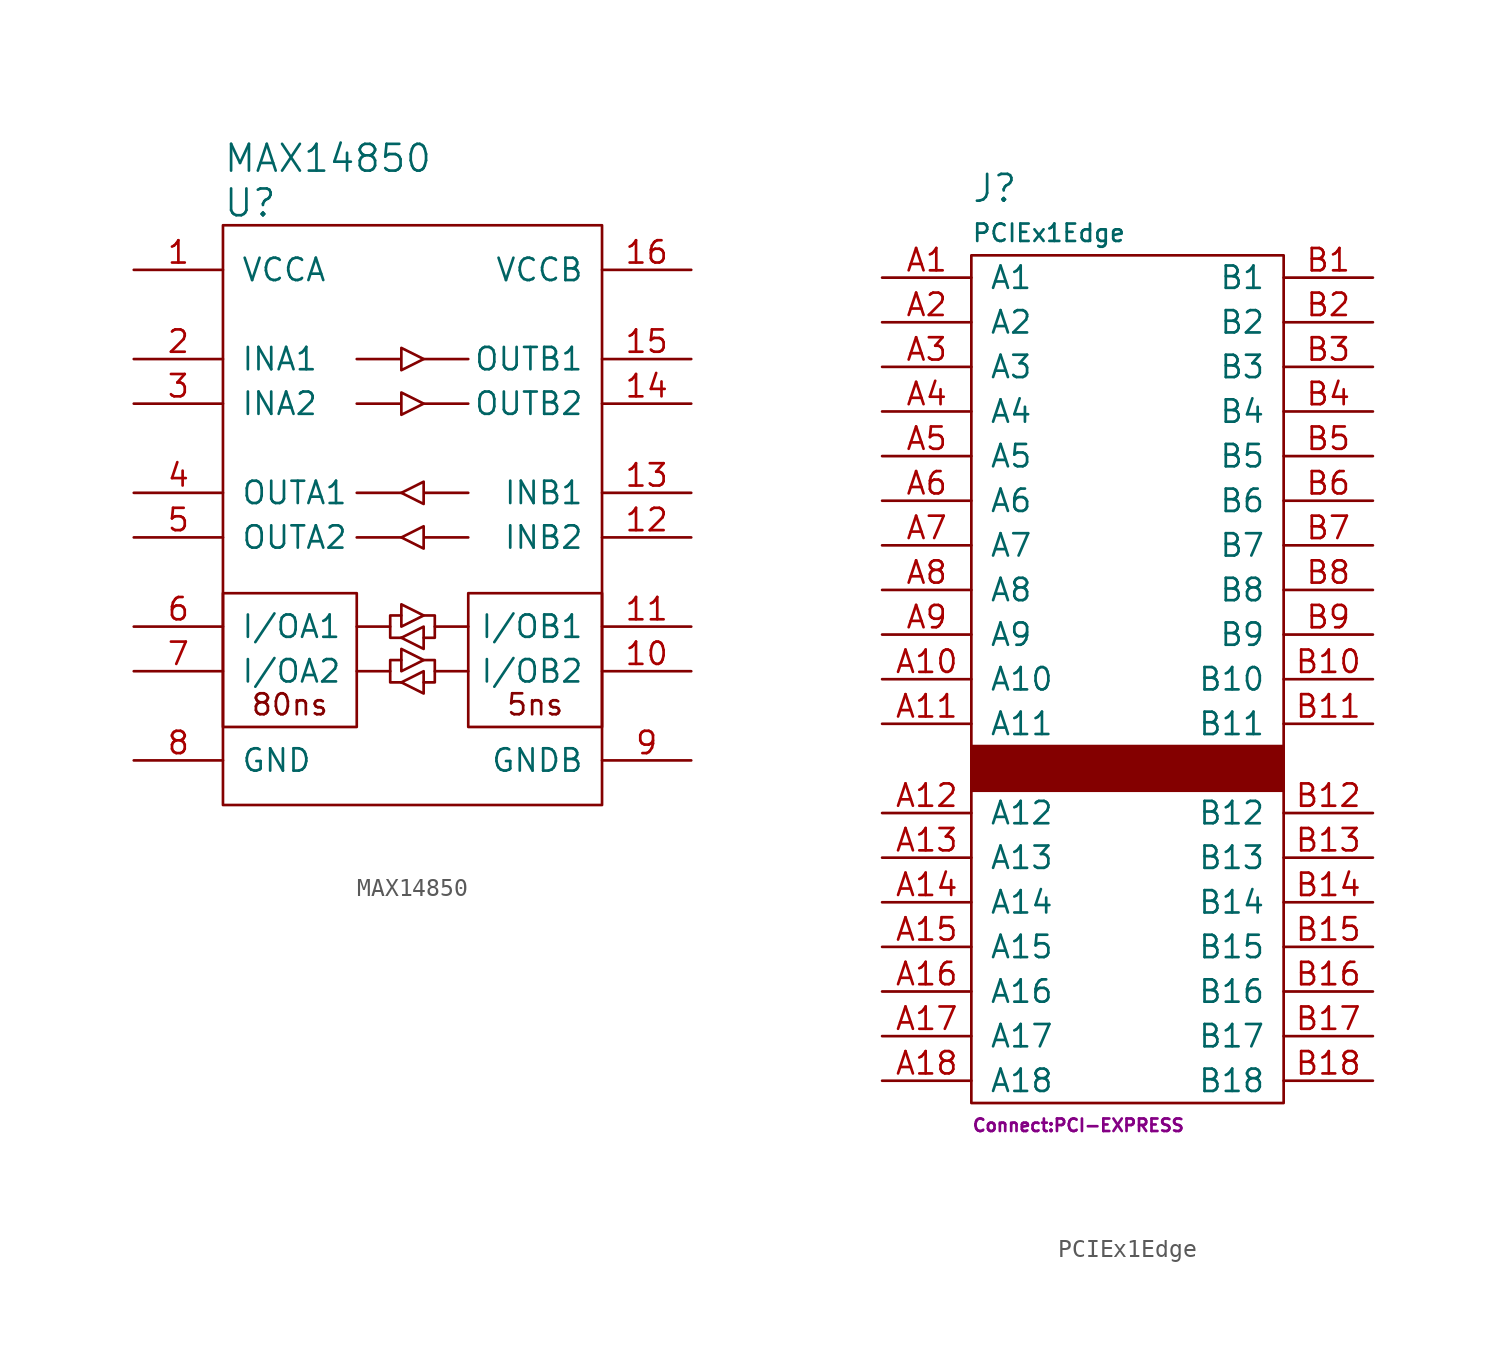
<source format=kicad_sym>
(kicad_symbol_lib
  (version 20211014)
  (generator kicad_symbol_editor)
  (symbol "MAX14850"
    (pin_names
      (offset 1.016))
    (property "Reference" "U"
      (at -10.795 17.78 0)
      (effects (font (size 1.524 1.524)) (justify left)))
    (property "Value" "MAX14850"
      (at -10.795 20.32 0)
      (effects (font (size 1.524 1.524)) (justify left)))
    (property "Footprint" ""
      (at -10.795 15.24 0)
      (effects (font (size 1.524 1.524))))
    (property "Datasheet" ""
      (at -10.795 15.24 0)
      (effects (font (size 1.524 1.524))))
    (symbol "MAX14850_0_0"
      (text "5ns" (at 6.985 -10.795 0) (effects (font (size 1.194 1.194))))
      (text "80ns" (at -6.985 -10.795 0) (effects (font (size 1.194 1.194)))))
    (symbol "MAX14850_0_1"
      (rectangle (start -10.795 16.51) (end 10.795 -16.51) (stroke (width 0) (type default) (color 0 0 0 0)) (fill (type none)))
      (rectangle (start -3.175 -4.445) (end -10.795 -12.065) (stroke (width 0) (type default) (color 0 0 0 0)) (fill (type none)))
      (polyline (pts (xy -1.27 -8.89) (xy -3.175 -8.89)) (stroke (width 0) (type default) (color 0 0 0 0)) (fill (type none)))
      (polyline (pts (xy -1.27 -6.35) (xy -3.175 -6.35)) (stroke (width 0) (type default) (color 0 0 0 0)) (fill (type none)))
      (polyline (pts (xy -0.635 -9.525) (xy -0.635 -9.525)) (stroke (width 0) (type default) (color 0 0 0 0)) (fill (type none)))
      (polyline (pts (xy -0.635 -6.985) (xy -0.635 -6.985)) (stroke (width 0) (type default) (color 0 0 0 0)) (fill (type none)))
      (polyline (pts (xy -0.635 -1.27) (xy -3.175 -1.27)) (stroke (width 0) (type default) (color 0 0 0 0)) (fill (type none)))
      (polyline (pts (xy -0.635 1.27) (xy -3.175 1.27)) (stroke (width 0) (type default) (color 0 0 0 0)) (fill (type none)))
      (polyline (pts (xy 0.635 6.35) (xy 3.175 6.35)) (stroke (width 0) (type default) (color 0 0 0 0)) (fill (type none)))
      (polyline (pts (xy 0.635 8.89) (xy 3.175 8.89)) (stroke (width 0) (type default) (color 0 0 0 0)) (fill (type none)))
      (polyline (pts (xy 1.27 -8.89) (xy 3.175 -8.89)) (stroke (width 0) (type default) (color 0 0 0 0)) (fill (type none)))
      (polyline (pts (xy 1.27 -6.35) (xy 3.175 -6.35)) (stroke (width 0) (type default) (color 0 0 0 0)) (fill (type none)))
      (polyline (pts (xy -0.635 -8.255) (xy -1.27 -8.255) (xy -1.27 -9.525) (xy -0.635 -9.525)) (stroke (width 0) (type default) (color 0 0 0 0)) (fill (type none)))
      (polyline (pts (xy -0.635 -5.715) (xy -1.27 -5.715) (xy -1.27 -6.985) (xy -0.635 -6.985)) (stroke (width 0) (type default) (color 0 0 0 0)) (fill (type none)))
      (polyline (pts (xy 0.635 -8.255) (xy 1.27 -8.255) (xy 1.27 -9.525) (xy 0.635 -9.525)) (stroke (width 0) (type default) (color 0 0 0 0)) (fill (type none)))
      (polyline (pts (xy 0.635 -5.715) (xy 1.27 -5.715) (xy 1.27 -6.985) (xy 0.635 -6.985)) (stroke (width 0) (type default) (color 0 0 0 0)) (fill (type none)))
      (polyline (pts (xy -0.635 -8.255) (xy -0.635 -7.62) (xy 0.635 -8.255) (xy -0.635 -8.89) (xy -0.635 -8.255)) (stroke (width 0) (type default) (color 0 0 0 0)) (fill (type none)))
      (polyline (pts (xy -0.635 -5.715) (xy -0.635 -5.08) (xy 0.635 -5.715) (xy -0.635 -6.35) (xy -0.635 -5.715)) (stroke (width 0) (type default) (color 0 0 0 0)) (fill (type none)))
      (polyline (pts (xy 0.635 -9.525) (xy 0.635 -8.89) (xy -0.635 -9.525) (xy 0.635 -10.16) (xy 0.635 -9.525)) (stroke (width 0) (type default) (color 0 0 0 0)) (fill (type none)))
      (polyline (pts (xy 0.635 -6.985) (xy 0.635 -6.35) (xy -0.635 -6.985) (xy 0.635 -7.62) (xy 0.635 -6.985)) (stroke (width 0) (type default) (color 0 0 0 0)) (fill (type none)))
      (polyline (pts (xy -3.175 6.35) (xy -0.635 6.35) (xy -0.635 6.985) (xy 0.635 6.35) (xy -0.635 5.715) (xy -0.635 6.35)) (stroke (width 0) (type default) (color 0 0 0 0)) (fill (type none)))
      (polyline (pts (xy -3.175 8.89) (xy -0.635 8.89) (xy -0.635 9.525) (xy 0.635 8.89) (xy -0.635 8.255) (xy -0.635 8.89)) (stroke (width 0) (type default) (color 0 0 0 0)) (fill (type none)))
      (polyline (pts (xy 3.175 -1.27) (xy 0.635 -1.27) (xy 0.635 -0.635) (xy -0.635 -1.27) (xy 0.635 -1.905) (xy 0.635 -1.27)) (stroke (width 0) (type default) (color 0 0 0 0)) (fill (type none)))
      (polyline (pts (xy 3.175 1.27) (xy 0.635 1.27) (xy 0.635 1.905) (xy -0.635 1.27) (xy 0.635 0.635) (xy 0.635 1.27)) (stroke (width 0) (type default) (color 0 0 0 0)) (fill (type none)))
      (rectangle (start 10.795 -4.445) (end 3.175 -12.065) (stroke (width 0) (type default) (color 0 0 0 0)) (fill (type none))))
    (symbol "MAX14850_1_1"
      (pin power_in line (at -15.875 13.97 0) (length 5.08) (name "VCCA" (effects (font (size 1.27 1.27)))) (number "1" (effects (font (size 1.27 1.27)))))
      (pin bidirectional line (at 15.875 -8.89 180) (length 5.08) (name "I/OB2" (effects (font (size 1.27 1.27)))) (number "10" (effects (font (size 1.27 1.27)))))
      (pin bidirectional line (at 15.875 -6.35 180) (length 5.08) (name "I/OB1" (effects (font (size 1.27 1.27)))) (number "11" (effects (font (size 1.27 1.27)))))
      (pin input line (at 15.875 -1.27 180) (length 5.08) (name "INB2" (effects (font (size 1.27 1.27)))) (number "12" (effects (font (size 1.27 1.27)))))
      (pin input line (at 15.875 1.27 180) (length 5.08) (name "INB1" (effects (font (size 1.27 1.27)))) (number "13" (effects (font (size 1.27 1.27)))))
      (pin output line (at 15.875 6.35 180) (length 5.08) (name "OUTB2" (effects (font (size 1.27 1.27)))) (number "14" (effects (font (size 1.27 1.27)))))
      (pin output line (at 15.875 8.89 180) (length 5.08) (name "OUTB1" (effects (font (size 1.27 1.27)))) (number "15" (effects (font (size 1.27 1.27)))))
      (pin power_in line (at 15.875 13.97 180) (length 5.08) (name "VCCB" (effects (font (size 1.27 1.27)))) (number "16" (effects (font (size 1.27 1.27)))))
      (pin input line (at -15.875 8.89 0) (length 5.08) (name "INA1" (effects (font (size 1.27 1.27)))) (number "2" (effects (font (size 1.27 1.27)))))
      (pin input line (at -15.875 6.35 0) (length 5.08) (name "INA2" (effects (font (size 1.27 1.27)))) (number "3" (effects (font (size 1.27 1.27)))))
      (pin output line (at -15.875 1.27 0) (length 5.08) (name "OUTA1" (effects (font (size 1.27 1.27)))) (number "4" (effects (font (size 1.27 1.27)))))
      (pin output line (at -15.875 -1.27 0) (length 5.08) (name "OUTA2" (effects (font (size 1.27 1.27)))) (number "5" (effects (font (size 1.27 1.27)))))
      (pin bidirectional line (at -15.875 -6.35 0) (length 5.08) (name "I/OA1" (effects (font (size 1.27 1.27)))) (number "6" (effects (font (size 1.27 1.27)))))
      (pin bidirectional line (at -15.875 -8.89 0) (length 5.08) (name "I/OA2" (effects (font (size 1.27 1.27)))) (number "7" (effects (font (size 1.27 1.27)))))
      (pin power_in line (at -15.875 -13.97 0) (length 5.08) (name "GND" (effects (font (size 1.27 1.27)))) (number "8" (effects (font (size 1.27 1.27)))))
      (pin power_in line (at 15.875 -13.97 180) (length 5.08) (name "GNDB" (effects (font (size 1.27 1.27)))) (number "9" (effects (font (size 1.27 1.27)))))))
  (symbol "PCIEx1Edge"
    (pin_names
      (offset 1.016))
    (property "Reference" "J"
      (at -8.89 33.02 0)
      (effects (font (size 1.524 1.524)) (justify left)))
    (property "Value" "PCIEx1Edge"
      (at -8.89 30.48 0)
      (effects (font (size 0.991 0.991)) (justify left)))
    (property "Footprint" "Connect:PCI-EXPRESS"
      (at -8.89 -20.32 0)
      (effects (font (size 0.711 0.711)) (justify left)))
    (property "Datasheet" ""
      (at -1.27 -2.54 0)
      (effects (font (size 1.524 1.524))))
    (symbol "PCIEx1Edge_0_1"
      (rectangle (start -8.89 1.27) (end 8.89 -1.27) (stroke (width 0) (type default) (color 0 0 0 0)) (fill (type outline)))
      (rectangle (start -8.89 29.21) (end 8.89 -19.05) (stroke (width 0) (type default) (color 0 0 0 0)) (fill (type none))))
    (symbol "PCIEx1Edge_1_1"
      (pin bidirectional line (at -13.97 27.94 0) (length 5.08) (name "A1" (effects (font (size 1.27 1.27)))) (number "A1" (effects (font (size 1.27 1.27)))))
      (pin bidirectional line (at -13.97 5.08 0) (length 5.08) (name "A10" (effects (font (size 1.27 1.27)))) (number "A10" (effects (font (size 1.27 1.27)))))
      (pin bidirectional line (at -13.97 2.54 0) (length 5.08) (name "A11" (effects (font (size 1.27 1.27)))) (number "A11" (effects (font (size 1.27 1.27)))))
      (pin bidirectional line (at -13.97 -2.54 0) (length 5.08) (name "A12" (effects (font (size 1.27 1.27)))) (number "A12" (effects (font (size 1.27 1.27)))))
      (pin bidirectional line (at -13.97 -5.08 0) (length 5.08) (name "A13" (effects (font (size 1.27 1.27)))) (number "A13" (effects (font (size 1.27 1.27)))))
      (pin bidirectional line (at -13.97 -7.62 0) (length 5.08) (name "A14" (effects (font (size 1.27 1.27)))) (number "A14" (effects (font (size 1.27 1.27)))))
      (pin bidirectional line (at -13.97 -10.16 0) (length 5.08) (name "A15" (effects (font (size 1.27 1.27)))) (number "A15" (effects (font (size 1.27 1.27)))))
      (pin bidirectional line (at -13.97 -12.7 0) (length 5.08) (name "A16" (effects (font (size 1.27 1.27)))) (number "A16" (effects (font (size 1.27 1.27)))))
      (pin bidirectional line (at -13.97 -15.24 0) (length 5.08) (name "A17" (effects (font (size 1.27 1.27)))) (number "A17" (effects (font (size 1.27 1.27)))))
      (pin bidirectional line (at -13.97 -17.78 0) (length 5.08) (name "A18" (effects (font (size 1.27 1.27)))) (number "A18" (effects (font (size 1.27 1.27)))))
      (pin bidirectional line (at -13.97 25.4 0) (length 5.08) (name "A2" (effects (font (size 1.27 1.27)))) (number "A2" (effects (font (size 1.27 1.27)))))
      (pin bidirectional line (at -13.97 22.86 0) (length 5.08) (name "A3" (effects (font (size 1.27 1.27)))) (number "A3" (effects (font (size 1.27 1.27)))))
      (pin bidirectional line (at -13.97 20.32 0) (length 5.08) (name "A4" (effects (font (size 1.27 1.27)))) (number "A4" (effects (font (size 1.27 1.27)))))
      (pin bidirectional line (at -13.97 17.78 0) (length 5.08) (name "A5" (effects (font (size 1.27 1.27)))) (number "A5" (effects (font (size 1.27 1.27)))))
      (pin bidirectional line (at -13.97 15.24 0) (length 5.08) (name "A6" (effects (font (size 1.27 1.27)))) (number "A6" (effects (font (size 1.27 1.27)))))
      (pin bidirectional line (at -13.97 12.7 0) (length 5.08) (name "A7" (effects (font (size 1.27 1.27)))) (number "A7" (effects (font (size 1.27 1.27)))))
      (pin bidirectional line (at -13.97 10.16 0) (length 5.08) (name "A8" (effects (font (size 1.27 1.27)))) (number "A8" (effects (font (size 1.27 1.27)))))
      (pin bidirectional line (at -13.97 7.62 0) (length 5.08) (name "A9" (effects (font (size 1.27 1.27)))) (number "A9" (effects (font (size 1.27 1.27)))))
      (pin bidirectional line (at 13.97 27.94 180) (length 5.08) (name "B1" (effects (font (size 1.27 1.27)))) (number "B1" (effects (font (size 1.27 1.27)))))
      (pin bidirectional line (at 13.97 5.08 180) (length 5.08) (name "B10" (effects (font (size 1.27 1.27)))) (number "B10" (effects (font (size 1.27 1.27)))))
      (pin bidirectional line (at 13.97 2.54 180) (length 5.08) (name "B11" (effects (font (size 1.27 1.27)))) (number "B11" (effects (font (size 1.27 1.27)))))
      (pin bidirectional line (at 13.97 -2.54 180) (length 5.08) (name "B12" (effects (font (size 1.27 1.27)))) (number "B12" (effects (font (size 1.27 1.27)))))
      (pin bidirectional line (at 13.97 -5.08 180) (length 5.08) (name "B13" (effects (font (size 1.27 1.27)))) (number "B13" (effects (font (size 1.27 1.27)))))
      (pin bidirectional line (at 13.97 -7.62 180) (length 5.08) (name "B14" (effects (font (size 1.27 1.27)))) (number "B14" (effects (font (size 1.27 1.27)))))
      (pin bidirectional line (at 13.97 -10.16 180) (length 5.08) (name "B15" (effects (font (size 1.27 1.27)))) (number "B15" (effects (font (size 1.27 1.27)))))
      (pin bidirectional line (at 13.97 -12.7 180) (length 5.08) (name "B16" (effects (font (size 1.27 1.27)))) (number "B16" (effects (font (size 1.27 1.27)))))
      (pin bidirectional line (at 13.97 -15.24 180) (length 5.08) (name "B17" (effects (font (size 1.27 1.27)))) (number "B17" (effects (font (size 1.27 1.27)))))
      (pin bidirectional line (at 13.97 -17.78 180) (length 5.08) (name "B18" (effects (font (size 1.27 1.27)))) (number "B18" (effects (font (size 1.27 1.27)))))
      (pin bidirectional line (at 13.97 25.4 180) (length 5.08) (name "B2" (effects (font (size 1.27 1.27)))) (number "B2" (effects (font (size 1.27 1.27)))))
      (pin bidirectional line (at 13.97 22.86 180) (length 5.08) (name "B3" (effects (font (size 1.27 1.27)))) (number "B3" (effects (font (size 1.27 1.27)))))
      (pin bidirectional line (at 13.97 20.32 180) (length 5.08) (name "B4" (effects (font (size 1.27 1.27)))) (number "B4" (effects (font (size 1.27 1.27)))))
      (pin bidirectional line (at 13.97 17.78 180) (length 5.08) (name "B5" (effects (font (size 1.27 1.27)))) (number "B5" (effects (font (size 1.27 1.27)))))
      (pin bidirectional line (at 13.97 15.24 180) (length 5.08) (name "B6" (effects (font (size 1.27 1.27)))) (number "B6" (effects (font (size 1.27 1.27)))))
      (pin bidirectional line (at 13.97 12.7 180) (length 5.08) (name "B7" (effects (font (size 1.27 1.27)))) (number "B7" (effects (font (size 1.27 1.27)))))
      (pin bidirectional line (at 13.97 10.16 180) (length 5.08) (name "B8" (effects (font (size 1.27 1.27)))) (number "B8" (effects (font (size 1.27 1.27)))))
      (pin bidirectional line (at 13.97 7.62 180) (length 5.08) (name "B9" (effects (font (size 1.27 1.27)))) (number "B9" (effects (font (size 1.27 1.27))))))))
</source>
